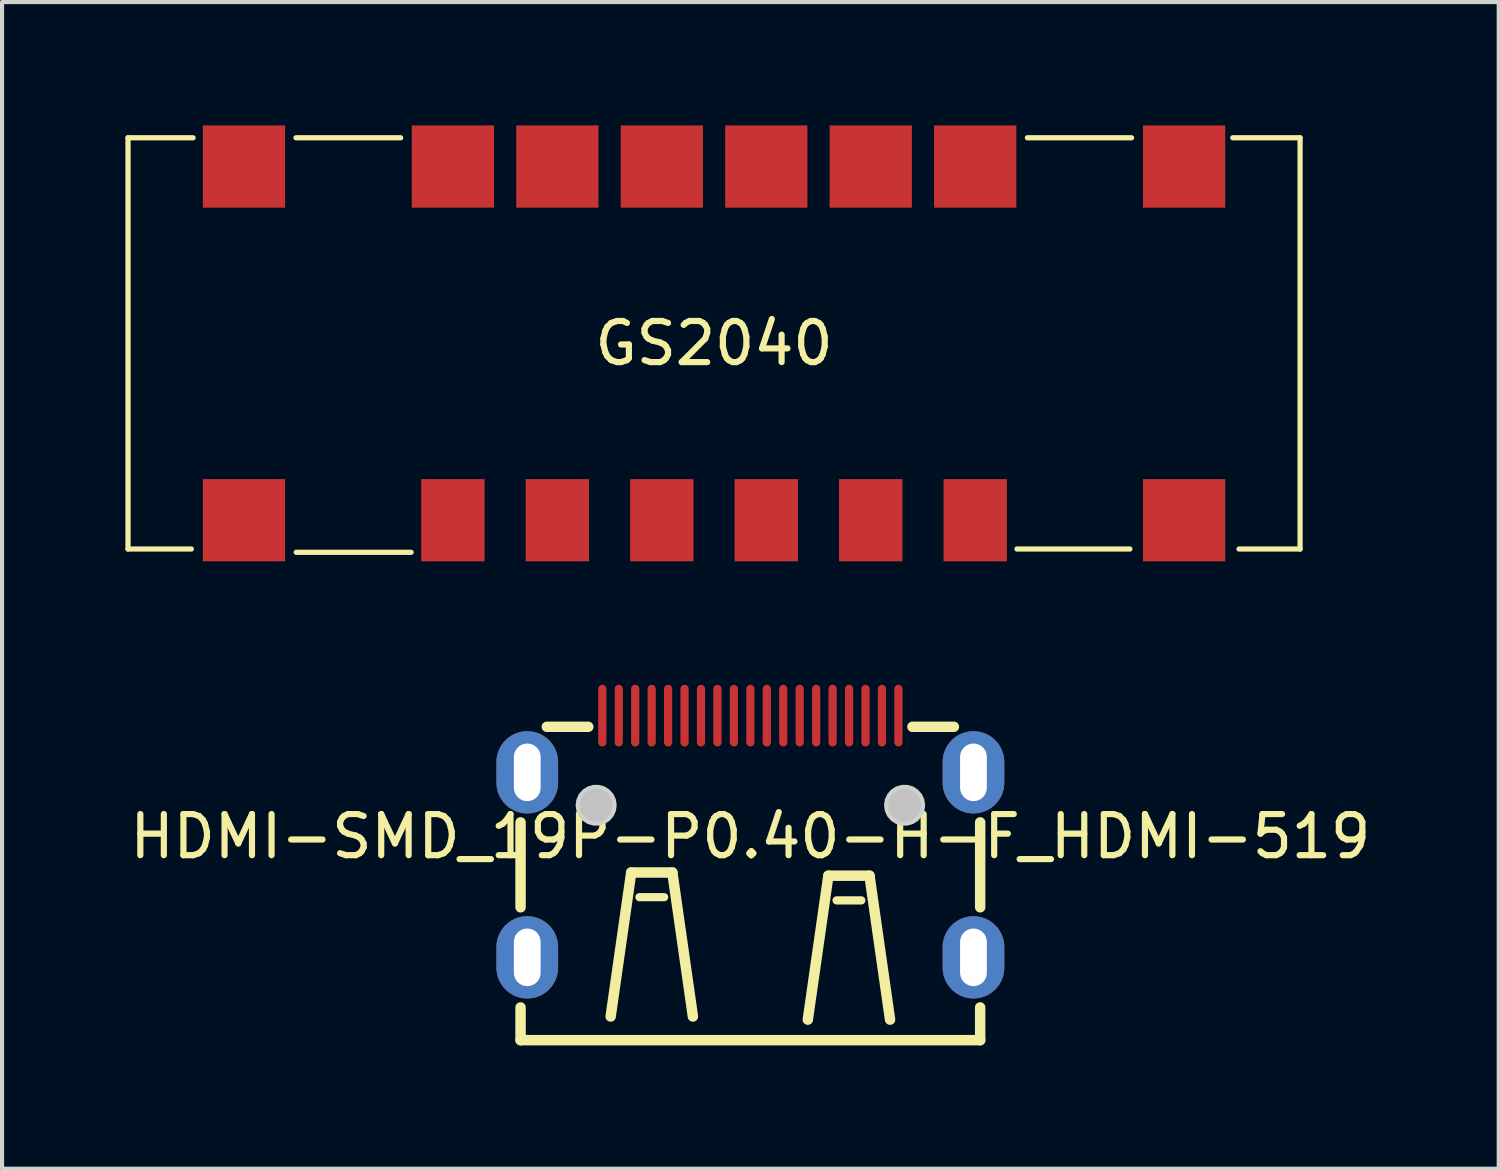
<source format=kicad_pcb>
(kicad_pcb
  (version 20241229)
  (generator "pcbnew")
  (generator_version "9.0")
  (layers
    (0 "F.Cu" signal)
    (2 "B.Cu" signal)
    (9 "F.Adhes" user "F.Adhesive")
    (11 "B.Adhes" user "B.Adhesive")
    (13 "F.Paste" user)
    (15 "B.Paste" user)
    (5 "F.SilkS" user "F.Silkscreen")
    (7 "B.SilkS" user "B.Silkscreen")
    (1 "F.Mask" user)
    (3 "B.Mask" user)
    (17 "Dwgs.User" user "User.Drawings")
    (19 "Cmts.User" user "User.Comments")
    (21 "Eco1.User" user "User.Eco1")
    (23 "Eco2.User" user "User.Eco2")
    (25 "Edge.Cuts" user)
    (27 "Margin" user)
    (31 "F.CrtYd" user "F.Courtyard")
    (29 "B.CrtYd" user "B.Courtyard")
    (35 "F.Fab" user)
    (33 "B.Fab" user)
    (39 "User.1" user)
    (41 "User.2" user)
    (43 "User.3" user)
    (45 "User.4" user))
  (footprint "HDMI-SMD_19P-P0.40-H-F_HDMI-519"
    (layer "F.Cu")
    (at 15.196 17.29)
    (property "Reference" "HDMI-SMD_19P-P0.40-H-F_HDMI-519" (at 0 0 0) (layer "F.SilkS") (effects (font (size 1 1) (thickness 0.15))))
    (fp_line (start -5.588 -0.343) (end -5.588 1.722) (stroke (width 0.254) (type default)) (layer "F.SilkS"))
    (fp_line (start -5.588 4.157) (end -5.588 4.953) (stroke (width 0.254) (type default)) (layer "F.SilkS"))
    (fp_line (start -5.588 4.953) (end 5.588 4.953) (stroke (width 0.254) (type default)) (layer "F.SilkS"))
    (fp_line (start -3.941 -2.667) (end -4.949 -2.667) (stroke (width 0.254) (type default)) (layer "F.SilkS"))
    (fp_line (start -2.897 0.876) (end -3.397 4.377) (stroke (width 0.254) (type default)) (layer "F.SilkS"))
    (fp_line (start -2.097 1.476) (end -2.697 1.476) (stroke (width 0.2) (type default)) (layer "F.SilkS"))
    (fp_line (start -1.897 0.876) (end -2.897 0.876) (stroke (width 0.254) (type default)) (layer "F.SilkS"))
    (fp_line (start -1.397 4.377) (end -1.897 0.876) (stroke (width 0.254) (type default)) (layer "F.SilkS"))
    (fp_line (start 1.397 4.454) (end 1.897 0.954) (stroke (width 0.254) (type default)) (layer "F.SilkS"))
    (fp_line (start 1.897 0.954) (end 2.897 0.954) (stroke (width 0.254) (type default)) (layer "F.SilkS"))
    (fp_line (start 2.097 1.554) (end 2.697 1.554) (stroke (width 0.2) (type default)) (layer "F.SilkS"))
    (fp_line (start 2.897 0.954) (end 3.397 4.454) (stroke (width 0.254) (type default)) (layer "F.SilkS"))
    (fp_line (start 4.949 -2.667) (end 3.941 -2.667) (stroke (width 0.254) (type default)) (layer "F.SilkS"))
    (fp_line (start 5.588 1.722) (end 5.588 -0.343) (stroke (width 0.254) (type default)) (layer "F.SilkS"))
    (fp_line (start 5.588 4.953) (end 5.588 4.157) (stroke (width 0.254) (type default)) (layer "F.SilkS"))
    (fp_poly (pts (arc (start -3.71 -3.5795) (mid -3.6 -3.6895) (end -3.49 -3.5795)) (arc (start -3.49 -2.2995) (mid -3.6 -2.1895) (end -3.71 -2.2995))) (stroke (width 0) (type default)) (fill yes) (layer "F.Paste"))
    (fp_poly (pts (arc (start -3.31 -3.5795) (mid -3.2 -3.6895) (end -3.09 -3.5795)) (arc (start -3.09 -2.2995) (mid -3.2 -2.1895) (end -3.31 -2.2995))) (stroke (width 0) (type default)) (fill yes) (layer "F.Paste"))
    (fp_poly (pts (arc (start -2.91 -3.5795) (mid -2.8 -3.6895) (end -2.69 -3.5795)) (arc (start -2.69 -2.2995) (mid -2.8 -2.1895) (end -2.91 -2.2995))) (stroke (width 0) (type default)) (fill yes) (layer "F.Paste"))
    (fp_poly (pts (arc (start -2.51 -3.5795) (mid -2.4 -3.6895) (end -2.29 -3.5795)) (arc (start -2.29 -2.2995) (mid -2.4 -2.1895) (end -2.51 -2.2995))) (stroke (width 0) (type default)) (fill yes) (layer "F.Paste"))
    (fp_poly (pts (arc (start -2.11 -3.5795) (mid -2 -3.6895) (end -1.89 -3.5795)) (arc (start -1.89 -2.2995) (mid -2 -2.1895) (end -2.11 -2.2995))) (stroke (width 0) (type default)) (fill yes) (layer "F.Paste"))
    (fp_poly (pts (arc (start -1.71 -3.5795) (mid -1.6 -3.6895) (end -1.49 -3.5795)) (arc (start -1.49 -2.2995) (mid -1.6 -2.1895) (end -1.71 -2.2995))) (stroke (width 0) (type default)) (fill yes) (layer "F.Paste"))
    (fp_poly (pts (arc (start -1.31 -3.5795) (mid -1.2 -3.6895) (end -1.09 -3.5795)) (arc (start -1.09 -2.2995) (mid -1.2 -2.1895) (end -1.31 -2.2995))) (stroke (width 0) (type default)) (fill yes) (layer "F.Paste"))
    (fp_poly (pts (arc (start -0.91 -3.5795) (mid -0.8 -3.6895) (end -0.69 -3.5795)) (arc (start -0.69 -2.2995) (mid -0.8 -2.1895) (end -0.91 -2.2995))) (stroke (width 0) (type default)) (fill yes) (layer "F.Paste"))
    (fp_poly (pts (arc (start -0.51 -3.5795) (mid -0.4 -3.6895) (end -0.29 -3.5795)) (arc (start -0.29 -2.2995) (mid -0.4 -2.1895) (end -0.51 -2.2995))) (stroke (width 0) (type default)) (fill yes) (layer "F.Paste"))
    (fp_poly (pts (arc (start -0.11 -3.5795) (mid 0 -3.6895) (end 0.11 -3.5795)) (arc (start 0.11 -2.2995) (mid 0 -2.1895) (end -0.11 -2.2995))) (stroke (width 0) (type default)) (fill yes) (layer "F.Paste"))
    (fp_poly (pts (arc (start 0.29 -3.5795) (mid 0.4 -3.6895) (end 0.51 -3.5795)) (arc (start 0.51 -2.2995) (mid 0.4 -2.1895) (end 0.29 -2.2995))) (stroke (width 0) (type default)) (fill yes) (layer "F.Paste"))
    (fp_poly (pts (arc (start 0.69 -3.5795) (mid 0.8 -3.6895) (end 0.91 -3.5795)) (arc (start 0.91 -2.2995) (mid 0.8 -2.1895) (end 0.69 -2.2995))) (stroke (width 0) (type default)) (fill yes) (layer "F.Paste"))
    (fp_poly (pts (arc (start 1.09 -3.5795) (mid 1.2 -3.6895) (end 1.31 -3.5795)) (arc (start 1.31 -2.2995) (mid 1.2 -2.1895) (end 1.09 -2.2995))) (stroke (width 0) (type default)) (fill yes) (layer "F.Paste"))
    (fp_poly (pts (arc (start 1.49 -3.5795) (mid 1.6 -3.6895) (end 1.71 -3.5795)) (arc (start 1.71 -2.2995) (mid 1.6 -2.1895) (end 1.49 -2.2995))) (stroke (width 0) (type default)) (fill yes) (layer "F.Paste"))
    (fp_poly (pts (arc (start 1.89 -3.5795) (mid 2 -3.6895) (end 2.11 -3.5795)) (arc (start 2.11 -2.2995) (mid 2 -2.1895) (end 1.89 -2.2995))) (stroke (width 0) (type default)) (fill yes) (layer "F.Paste"))
    (fp_poly (pts (arc (start 2.29 -3.5795) (mid 2.4 -3.6895) (end 2.51 -3.5795)) (arc (start 2.51 -2.2995) (mid 2.4 -2.1895) (end 2.29 -2.2995))) (stroke (width 0) (type default)) (fill yes) (layer "F.Paste"))
    (fp_poly (pts (arc (start 2.69 -3.5795) (mid 2.8 -3.6895) (end 2.91 -3.5795)) (arc (start 2.91 -2.2995) (mid 2.8 -2.1895) (end 2.69 -2.2995))) (stroke (width 0) (type default)) (fill yes) (layer "F.Paste"))
    (fp_poly (pts (arc (start 3.09 -3.5795) (mid 3.2 -3.6895) (end 3.31 -3.5795)) (arc (start 3.31 -2.2995) (mid 3.2 -2.1895) (end 3.09 -2.2995))) (stroke (width 0) (type default)) (fill yes) (layer "F.Paste"))
    (fp_poly (pts (arc (start 3.49 -3.5795) (mid 3.6 -3.6895) (end 3.71 -3.5795)) (arc (start 3.71 -2.2995) (mid 3.6 -2.1895) (end 3.49 -2.2995))) (stroke (width 0) (type default)) (fill yes) (layer "F.Paste"))
    (fp_poly (pts (arc (start -6.175 -1.81) (mid -5.425 -2.56) (end -4.675 -1.81)) (arc (start -4.675 -1.31) (mid -5.425 -0.56) (end -6.175 -1.31))) (stroke (width 0) (type default)) (fill yes) (layer "F.Paste"))
    (fp_poly (pts (arc (start -6.175 2.69) (mid -5.425 1.94) (end -4.675 2.69)) (arc (start -4.675 3.1895) (mid -5.425 3.9395) (end -6.175 3.1895))) (stroke (width 0) (type default)) (fill yes) (layer "F.Paste"))
    (fp_poly (pts (arc (start 4.675 -1.81) (mid 5.425 -2.56) (end 6.175 -1.81)) (arc (start 6.175 -1.31) (mid 5.425 -0.56) (end 4.675 -1.31))) (stroke (width 0) (type default)) (fill yes) (layer "F.Paste"))
    (fp_poly (pts (arc (start 4.675 2.69) (mid 5.425 1.94) (end 6.175 2.69)) (arc (start 6.175 3.1895) (mid 5.425 3.9395) (end 4.675 3.1895))) (stroke (width 0) (type default)) (fill yes) (layer "F.Paste"))
    (fp_circle (center -3.75 -0.76) (end -3.55 -0.76) (stroke (width 0.4) (type default)) (fill no) (layer "Dwgs.User"))
    (fp_circle (center 3.75 -0.76) (end 3.95 -0.76) (stroke (width 0.4) (type default)) (fill no) (layer "Dwgs.User"))
    (fp_poly (pts (xy -3.25 -0.76) (xy -3.27 -0.901) (xy -3.329 -1.03) (xy -3.423 -1.138) (xy -3.542 -1.215) (xy -3.679 -1.255) (xy -3.821 -1.255) (xy -3.958 -1.215) (xy -4.077 -1.138) (xy -4.171 -1.03) (xy -4.23 -0.901) (xy -4.25 -0.76) (xy -4.23 -0.619) (xy -4.171 -0.49) (xy -4.077 -0.382) (xy -3.958 -0.305) (xy -3.821 -0.265) (xy -3.679 -0.265) (xy -3.542 -0.305) (xy -3.423 -0.382) (xy -3.329 -0.49) (xy -3.27 -0.619)) (stroke (width 0) (type default)) (fill yes) (layer "Edge.Cuts"))
    (fp_poly (pts (xy 4.25 -0.76) (xy 4.23 -0.901) (xy 4.171 -1.03) (xy 4.077 -1.138) (xy 3.958 -1.215) (xy 3.821 -1.255) (xy 3.679 -1.255) (xy 3.542 -1.215) (xy 3.423 -1.138) (xy 3.329 -1.03) (xy 3.27 -0.901) (xy 3.25 -0.76) (xy 3.27 -0.619) (xy 3.329 -0.49) (xy 3.423 -0.382) (xy 3.542 -0.305) (xy 3.679 -0.265) (xy 3.821 -0.265) (xy 3.958 -0.305) (xy 4.077 -0.382) (xy 4.171 -0.49) (xy 4.23 -0.619)) (stroke (width 0) (type default)) (fill yes) (layer "Edge.Cuts"))
    (fp_poly (pts (xy -5.575 -2.06) (xy -5.275 -2.06) (xy -5.275 -1.06) (xy -5.575 -1.06)) (stroke (width 0.1) (type default)) (fill no) (layer "User.1"))
    (fp_poly (pts (xy -5.575 2.439) (xy -5.275 2.439) (xy -5.275 3.439) (xy -5.575 3.439)) (stroke (width 0.1) (type default)) (fill no) (layer "User.1"))
    (fp_poly (pts (xy -3.68 -3.057) (xy -3.52 -3.057) (xy -3.52 -2.257) (xy -3.68 -2.257)) (stroke (width 0.1) (type default)) (fill no) (layer "User.1"))
    (fp_poly (pts (xy -3.28 -3.057) (xy -3.12 -3.057) (xy -3.12 -2.257) (xy -3.28 -2.257)) (stroke (width 0.1) (type default)) (fill no) (layer "User.1"))
    (fp_poly (pts (xy -2.88 -3.057) (xy -2.72 -3.057) (xy -2.72 -2.257) (xy -2.88 -2.257)) (stroke (width 0.1) (type default)) (fill no) (layer "User.1"))
    (fp_poly (pts (xy -2.48 -3.057) (xy -2.32 -3.057) (xy -2.32 -2.257) (xy -2.48 -2.257)) (stroke (width 0.1) (type default)) (fill no) (layer "User.1"))
    (fp_poly (pts (xy -2.08 -3.057) (xy -1.92 -3.057) (xy -1.92 -2.257) (xy -2.08 -2.257)) (stroke (width 0.1) (type default)) (fill no) (layer "User.1"))
    (fp_poly (pts (xy -1.68 -3.057) (xy -1.52 -3.057) (xy -1.52 -2.257) (xy -1.68 -2.257)) (stroke (width 0.1) (type default)) (fill no) (layer "User.1"))
    (fp_poly (pts (xy -1.28 -3.057) (xy -1.12 -3.057) (xy -1.12 -2.257) (xy -1.28 -2.257)) (stroke (width 0.1) (type default)) (fill no) (layer "User.1"))
    (fp_poly (pts (xy -0.88 -3.057) (xy -0.72 -3.057) (xy -0.72 -2.257) (xy -0.88 -2.257)) (stroke (width 0.1) (type default)) (fill no) (layer "User.1"))
    (fp_poly (pts (xy -0.48 -3.057) (xy -0.32 -3.057) (xy -0.32 -2.257) (xy -0.48 -2.257)) (stroke (width 0.1) (type default)) (fill no) (layer "User.1"))
    (fp_poly (pts (xy -0.08 -3.057) (xy 0.08 -3.057) (xy 0.08 -2.257) (xy -0.08 -2.257)) (stroke (width 0.1) (type default)) (fill no) (layer "User.1"))
    (fp_poly (pts (xy 0.32 -3.057) (xy 0.48 -3.057) (xy 0.48 -2.257) (xy 0.32 -2.257)) (stroke (width 0.1) (type default)) (fill no) (layer "User.1"))
    (fp_poly (pts (xy 0.72 -3.057) (xy 0.88 -3.057) (xy 0.88 -2.257) (xy 0.72 -2.257)) (stroke (width 0.1) (type default)) (fill no) (layer "User.1"))
    (fp_poly (pts (xy 1.12 -3.057) (xy 1.28 -3.057) (xy 1.28 -2.257) (xy 1.12 -2.257)) (stroke (width 0.1) (type default)) (fill no) (layer "User.1"))
    (fp_poly (pts (xy 1.52 -3.057) (xy 1.68 -3.057) (xy 1.68 -2.257) (xy 1.52 -2.257)) (stroke (width 0.1) (type default)) (fill no) (layer "User.1"))
    (fp_poly (pts (xy 1.92 -3.057) (xy 2.08 -3.057) (xy 2.08 -2.257) (xy 1.92 -2.257)) (stroke (width 0.1) (type default)) (fill no) (layer "User.1"))
    (fp_poly (pts (xy 2.32 -3.057) (xy 2.48 -3.057) (xy 2.48 -2.257) (xy 2.32 -2.257)) (stroke (width 0.1) (type default)) (fill no) (layer "User.1"))
    (fp_poly (pts (xy 2.72 -3.057) (xy 2.88 -3.057) (xy 2.88 -2.257) (xy 2.72 -2.257)) (stroke (width 0.1) (type default)) (fill no) (layer "User.1"))
    (fp_poly (pts (xy 3.12 -3.057) (xy 3.28 -3.057) (xy 3.28 -2.257) (xy 3.12 -2.257)) (stroke (width 0.1) (type default)) (fill no) (layer "User.1"))
    (fp_poly (pts (xy 3.52 -3.057) (xy 3.68 -3.057) (xy 3.68 -2.257) (xy 3.52 -2.257)) (stroke (width 0.1) (type default)) (fill no) (layer "User.1"))
    (fp_poly (pts (xy 5.275 -2.06) (xy 5.575 -2.06) (xy 5.575 -1.06) (xy 5.275 -1.06)) (stroke (width 0.1) (type default)) (fill no) (layer "User.1"))
    (fp_poly (pts (xy 5.275 2.439) (xy 5.575 2.439) (xy 5.575 3.439) (xy 5.275 3.439)) (stroke (width 0.1) (type default)) (fill no) (layer "User.1"))
    (fp_line (start -5.6 -2.657) (end 5.6 -2.657) (stroke (width 0.051) (type default)) (layer "User.2"))
    (fp_line (start -5.6 4.943) (end -5.6 -2.657) (stroke (width 0.051) (type default)) (layer "User.2"))
    (fp_line (start 5.6 -2.657) (end 5.6 4.943) (stroke (width 0.051) (type default)) (layer "User.2"))
    (fp_line (start 5.6 4.943) (end -5.6 4.943) (stroke (width 0.051) (type default)) (layer "User.2"))
    (fp_poly (pts (xy 5.66 -3.057) (xy 5.642 -3.099) (xy 5.6 -3.117) (xy 5.558 -3.099) (xy 5.54 -3.057) (xy 5.558 -3.015) (xy 5.6 -2.997) (xy 5.642 -3.015)) (stroke (width 0.1) (type default)) (fill no) (layer "User.3"))
    (pad "1" smd oval (at 3.6 -2.939) (size 0.2 1.5) (layers "F.Cu" "F.Mask" "F.Paste"))
    (pad "2" smd oval (at 3.2 -2.939) (size 0.2 1.5) (layers "F.Cu" "F.Mask" "F.Paste"))
    (pad "3" smd oval (at 2.8 -2.939) (size 0.2 1.5) (layers "F.Cu" "F.Mask" "F.Paste"))
    (pad "4" smd oval (at 2.4 -2.939) (size 0.2 1.5) (layers "F.Cu" "F.Mask" "F.Paste"))
    (pad "5" smd oval (at 2 -2.939) (size 0.2 1.5) (layers "F.Cu" "F.Mask" "F.Paste"))
    (pad "6" smd oval (at 1.6 -2.939) (size 0.2 1.5) (layers "F.Cu" "F.Mask" "F.Paste"))
    (pad "7" smd oval (at 1.2 -2.939) (size 0.2 1.5) (layers "F.Cu" "F.Mask" "F.Paste"))
    (pad "8" smd oval (at 0.8 -2.939) (size 0.2 1.5) (layers "F.Cu" "F.Mask" "F.Paste"))
    (pad "9" smd oval (at 0.4 -2.939) (size 0.2 1.5) (layers "F.Cu" "F.Mask" "F.Paste"))
    (pad "10" smd oval (at 0 -2.939) (size 0.2 1.5) (layers "F.Cu" "F.Mask" "F.Paste"))
    (pad "11" smd oval (at -0.4 -2.939) (size 0.2 1.5) (layers "F.Cu" "F.Mask" "F.Paste"))
    (pad "12" smd oval (at -0.8 -2.939) (size 0.2 1.5) (layers "F.Cu" "F.Mask" "F.Paste"))
    (pad "13" smd oval (at -1.2 -2.939) (size 0.2 1.5) (layers "F.Cu" "F.Mask" "F.Paste"))
    (pad "14" smd oval (at -1.6 -2.939) (size 0.2 1.5) (layers "F.Cu" "F.Mask" "F.Paste"))
    (pad "15" smd oval (at -2 -2.939) (size 0.2 1.5) (layers "F.Cu" "F.Mask" "F.Paste"))
    (pad "16" smd oval (at -2.4 -2.939) (size 0.2 1.5) (layers "F.Cu" "F.Mask" "F.Paste"))
    (pad "17" smd oval (at -2.8 -2.939) (size 0.2 1.5) (layers "F.Cu" "F.Mask" "F.Paste"))
    (pad "18" smd oval (at -3.2 -2.939) (size 0.2 1.5) (layers "F.Cu" "F.Mask" "F.Paste"))
    (pad "19" smd oval (at -3.6 -2.939) (size 0.2 1.5) (layers "F.Cu" "F.Mask" "F.Paste"))
    (pad "20" thru_hole oval (at 5.425 2.939) (size 1.5 2) (drill oval 0.65 1.4) (layers "*.Cu" "*.Mask"))
    (pad "21" thru_hole oval (at -5.425 2.939) (size 1.5 2) (drill oval 0.65 1.4) (layers "*.Cu" "*.Mask"))
    (pad "22" thru_hole oval (at 5.425 -1.56) (size 1.5 2) (drill oval 0.65 1.4) (layers "*.Cu" "*.Mask"))
    (pad "23" thru_hole oval (at -5.425 -1.56) (size 1.5 2) (drill oval 0.65 1.4) (layers "*.Cu" "*.Mask")))
  (footprint "GS2040"
    (layer "F.Cu")
    (at 14.313 5.3)
    (property "Reference" "GS2040" (at 0 0 0) (layer "F.SilkS") (effects (font (size 1 1) (thickness 0.15))))
    (fp_line (start -14.25 -5) (end -12.669 -5) (stroke (width 0.127) (type default)) (layer "F.SilkS"))
    (fp_line (start -14.25 5) (end -14.25 -5) (stroke (width 0.127) (type default)) (layer "F.SilkS"))
    (fp_line (start -14.25 5) (end -12.71 5) (stroke (width 0.127) (type default)) (layer "F.SilkS"))
    (fp_line (start -10.166 -5) (end -7.62 -5) (stroke (width 0.127) (type default)) (layer "F.SilkS"))
    (fp_line (start -10.16 5.08) (end -7.366 5.08) (stroke (width 0.127) (type default)) (layer "F.SilkS"))
    (fp_line (start 10.112 5) (end 7.366 5) (stroke (width 0.127) (type default)) (layer "F.SilkS"))
    (fp_line (start 10.153 -5) (end 7.62 -5) (stroke (width 0.127) (type default)) (layer "F.SilkS"))
    (fp_line (start 14.25 -5) (end 12.614 -5) (stroke (width 0.127) (type default)) (layer "F.SilkS"))
    (fp_line (start 14.25 -5) (end 14.25 5) (stroke (width 0.127) (type default)) (layer "F.SilkS"))
    (fp_line (start 14.25 5) (end 12.765 5) (stroke (width 0.127) (type default)) (layer "F.SilkS"))
    (pad "1" smd rect (at -6.35 4.3) (size 1.54 2) (layers "F.Cu" "F.Mask" "F.Paste"))
    (pad "2" smd rect (at -3.81 4.3) (size 1.54 2) (layers "F.Cu" "F.Mask" "F.Paste"))
    (pad "3" smd rect (at -1.27 4.3) (size 1.54 2) (layers "F.Cu" "F.Mask" "F.Paste"))
    (pad "4" smd rect (at 1.27 4.3) (size 1.54 2) (layers "F.Cu" "F.Mask" "F.Paste"))
    (pad "5" smd rect (at 3.81 4.3) (size 1.54 2) (layers "F.Cu" "F.Mask" "F.Paste"))
    (pad "6" smd rect (at 6.35 4.3) (size 1.54 2) (layers "F.Cu" "F.Mask" "F.Paste"))
    (pad "7" smd rect (at 6.35 -4.3) (size 2 2) (layers "F.Cu" "F.Mask" "F.Paste"))
    (pad "8" smd rect (at 3.81 -4.3) (size 2 2) (layers "F.Cu" "F.Mask" "F.Paste"))
    (pad "9" smd rect (at 1.27 -4.3) (size 2 2) (layers "F.Cu" "F.Mask" "F.Paste"))
    (pad "10" smd rect (at -1.27 -4.3) (size 2 2) (layers "F.Cu" "F.Mask" "F.Paste"))
    (pad "11" smd rect (at -3.81 -4.3) (size 2 2) (layers "F.Cu" "F.Mask" "F.Paste"))
    (pad "12" smd rect (at -6.35 -4.3) (size 2 2) (layers "F.Cu" "F.Mask" "F.Paste"))
    (pad "13" smd rect (at -11.43 -4.3) (size 2 2) (layers "F.Cu" "F.Mask" "F.Paste"))
    (pad "14" smd rect (at -11.43 4.3) (size 2 2) (layers "F.Cu" "F.Mask" "F.Paste"))
    (pad "15" smd rect (at 11.43 4.3) (size 2 2) (layers "F.Cu" "F.Mask" "F.Paste"))
    (pad "16" smd rect (at 11.43 -4.3) (size 2 2) (layers "F.Cu" "F.Mask" "F.Paste")))
  (gr_rect
    (start -3 -3)
    (end 33.393 25.369)
    (stroke (width 0.1) (type default))
    (fill no)
    (layer "Edge.Cuts")))
</source>
